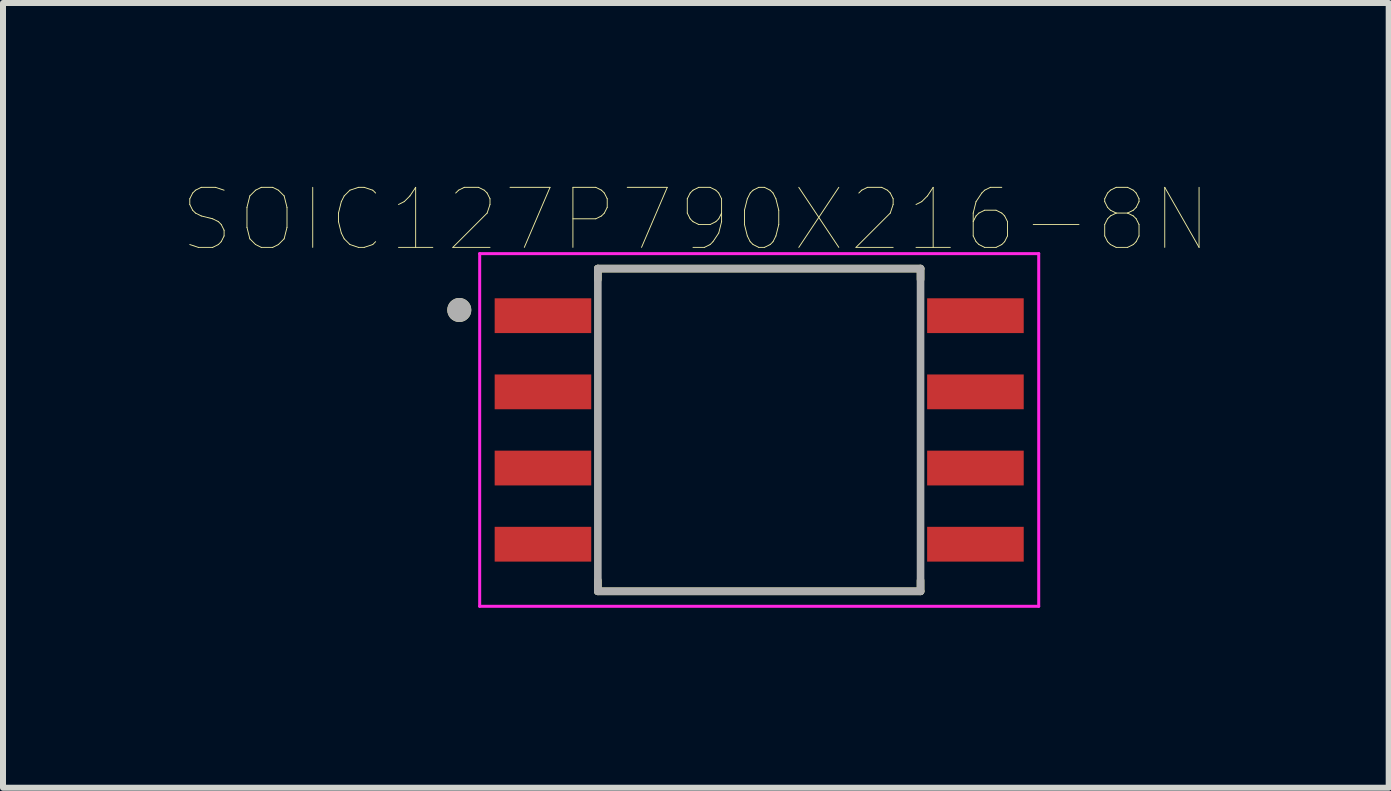
<source format=kicad_pcb>
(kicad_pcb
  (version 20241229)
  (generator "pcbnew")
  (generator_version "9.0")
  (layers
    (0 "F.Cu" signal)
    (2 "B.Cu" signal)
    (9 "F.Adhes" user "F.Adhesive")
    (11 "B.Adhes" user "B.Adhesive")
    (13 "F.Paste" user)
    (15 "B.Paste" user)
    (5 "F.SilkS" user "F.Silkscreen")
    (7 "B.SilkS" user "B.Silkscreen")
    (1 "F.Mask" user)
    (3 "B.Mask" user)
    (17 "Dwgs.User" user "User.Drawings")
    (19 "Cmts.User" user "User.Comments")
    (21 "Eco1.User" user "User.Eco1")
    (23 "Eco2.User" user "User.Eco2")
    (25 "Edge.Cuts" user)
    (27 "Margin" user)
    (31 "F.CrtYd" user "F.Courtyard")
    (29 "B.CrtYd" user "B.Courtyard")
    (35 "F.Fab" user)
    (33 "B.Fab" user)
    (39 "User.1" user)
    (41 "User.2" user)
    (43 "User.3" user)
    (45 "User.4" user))
  (footprint "SOIC127P790X216-8N"
    (layer "F.Cu")
    (at 9.607 4.118)
    (property "Reference" "SOIC127P790X216-8N" (at -1.056 -3.506 0) (layer "F.SilkS") (effects (font (size 1.001 1.001) (thickness 0.015))))
    (attr through_hole)
    (fp_line (start -2.69 -2.69) (end -2.69 -2.51) (stroke (width 0.127) (type solid)) (layer "F.SilkS"))
    (fp_line (start -2.69 -2.69) (end 2.69 -2.69) (stroke (width 0.127) (type solid)) (layer "F.SilkS"))
    (fp_line (start -2.69 2.51) (end -2.69 2.69) (stroke (width 0.127) (type solid)) (layer "F.SilkS"))
    (fp_line (start -2.69 2.69) (end 2.69 2.69) (stroke (width 0.127) (type solid)) (layer "F.SilkS"))
    (fp_line (start 2.69 -2.69) (end 2.69 -2.51) (stroke (width 0.127) (type solid)) (layer "F.SilkS"))
    (fp_line (start 2.69 2.51) (end 2.69 2.69) (stroke (width 0.127) (type solid)) (layer "F.SilkS"))
    (fp_circle (center -5 -2) (end -4.9 -2) (stroke (width 0.2) (type solid)) (fill no) (layer "F.SilkS"))
    (fp_line (start -4.66 -2.94) (end -4.66 2.94) (stroke (width 0.05) (type solid)) (layer "F.CrtYd"))
    (fp_line (start -4.66 -2.94) (end 4.66 -2.94) (stroke (width 0.05) (type solid)) (layer "F.CrtYd"))
    (fp_line (start -4.66 2.94) (end 4.66 2.94) (stroke (width 0.05) (type solid)) (layer "F.CrtYd"))
    (fp_line (start 4.66 -2.94) (end 4.66 2.94) (stroke (width 0.05) (type solid)) (layer "F.CrtYd"))
    (fp_line (start -2.69 -2.69) (end -2.69 2.69) (stroke (width 0.127) (type solid)) (layer "F.Fab"))
    (fp_line (start -2.69 -2.69) (end 2.69 -2.69) (stroke (width 0.127) (type solid)) (layer "F.Fab"))
    (fp_line (start -2.69 2.69) (end 2.69 2.69) (stroke (width 0.127) (type solid)) (layer "F.Fab"))
    (fp_line (start 2.69 -2.69) (end 2.69 2.69) (stroke (width 0.127) (type solid)) (layer "F.Fab"))
    (fp_circle (center -5 -2) (end -4.9 -2) (stroke (width 0.2) (type solid)) (fill no) (layer "F.Fab"))
    (pad "1" smd rect (at -3.605 -1.905) (size 1.61 0.58) (layers "F.Cu" "F.Mask" "F.Paste"))
    (pad "2" smd rect (at -3.605 -0.635) (size 1.61 0.58) (layers "F.Cu" "F.Mask" "F.Paste"))
    (pad "3" smd rect (at -3.605 0.635) (size 1.61 0.58) (layers "F.Cu" "F.Mask" "F.Paste"))
    (pad "4" smd rect (at -3.605 1.905) (size 1.61 0.58) (layers "F.Cu" "F.Mask" "F.Paste"))
    (pad "5" smd rect (at 3.605 1.905) (size 1.61 0.58) (layers "F.Cu" "F.Mask" "F.Paste"))
    (pad "6" smd rect (at 3.605 0.635) (size 1.61 0.58) (layers "F.Cu" "F.Mask" "F.Paste"))
    (pad "7" smd rect (at 3.605 -0.635) (size 1.61 0.58) (layers "F.Cu" "F.Mask" "F.Paste"))
    (pad "8" smd rect (at 3.605 -1.905) (size 1.61 0.58) (layers "F.Cu" "F.Mask" "F.Paste")))
  (gr_rect
    (start -3 -3)
    (end 20.102 10.083)
    (stroke (width 0.1) (type default))
    (fill no)
    (layer "Edge.Cuts")))
</source>
